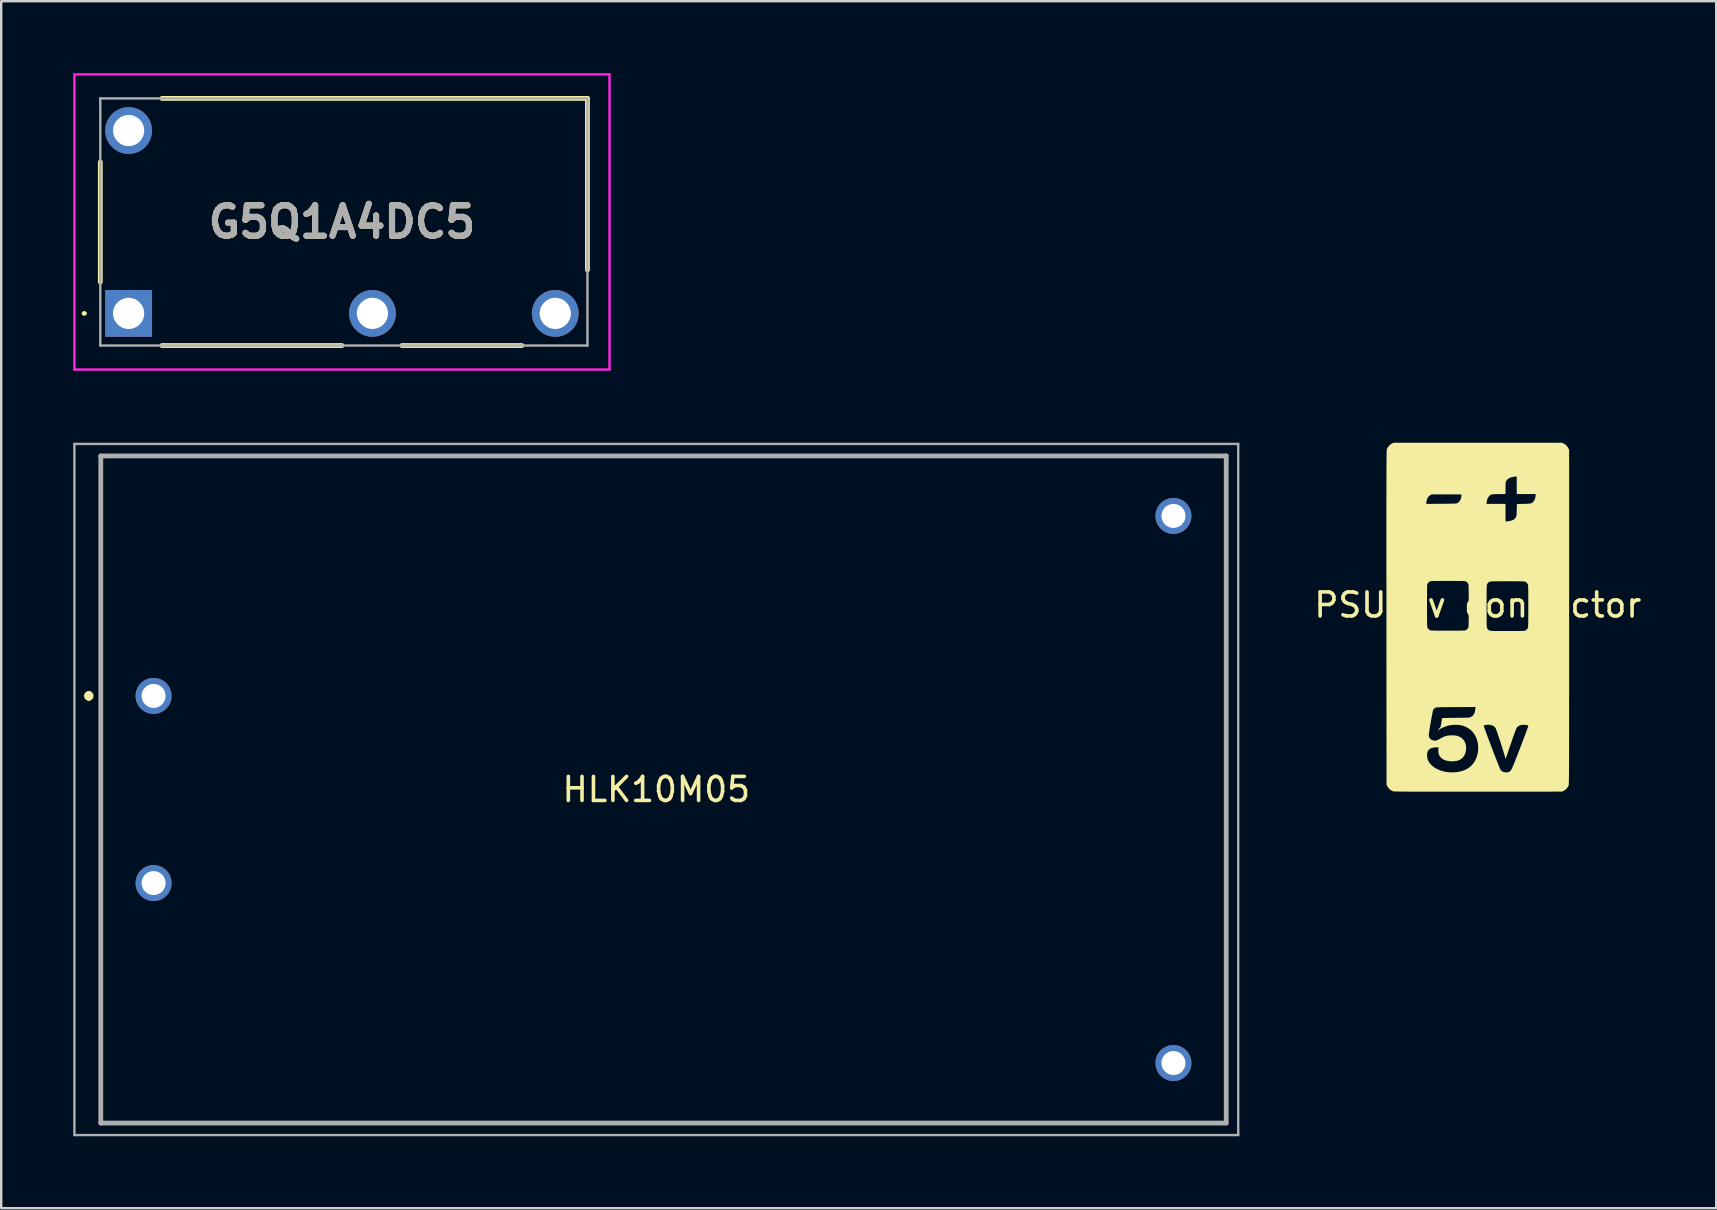
<source format=kicad_pcb>
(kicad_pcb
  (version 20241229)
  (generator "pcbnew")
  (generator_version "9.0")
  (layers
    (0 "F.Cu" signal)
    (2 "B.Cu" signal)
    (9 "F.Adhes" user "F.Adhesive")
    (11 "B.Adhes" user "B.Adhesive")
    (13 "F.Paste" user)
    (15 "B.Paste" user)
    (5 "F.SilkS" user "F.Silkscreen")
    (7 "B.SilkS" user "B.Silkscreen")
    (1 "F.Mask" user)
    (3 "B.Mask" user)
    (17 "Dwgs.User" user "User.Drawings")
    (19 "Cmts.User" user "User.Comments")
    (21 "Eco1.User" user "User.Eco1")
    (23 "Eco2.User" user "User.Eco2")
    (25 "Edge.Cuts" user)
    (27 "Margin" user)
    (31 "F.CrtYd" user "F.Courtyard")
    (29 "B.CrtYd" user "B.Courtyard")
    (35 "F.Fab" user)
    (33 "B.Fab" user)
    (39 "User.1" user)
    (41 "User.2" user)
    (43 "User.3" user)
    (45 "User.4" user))
  (footprint "G5Q1A4DC5"
    (layer "F.Cu")
    (at 2.31 10.01)
    (property "Reference" "G5Q1A4DC5" (at 8.89 -3.81 0) (layer "F.SilkS") (effects (font (size 1.27 1.27) (thickness 0.254))))
    (attr through_hole)
    (fp_line (start -1.9 0) (end -1.9 0) (stroke (width 0.1) (type solid)) (layer "F.SilkS"))
    (fp_line (start -1.8 0) (end -1.8 0) (stroke (width 0.1) (type solid)) (layer "F.SilkS"))
    (fp_line (start -1.18 -6.31) (end -1.18 -1.31) (stroke (width 0.2) (type solid)) (layer "F.SilkS"))
    (fp_line (start 1.39 1.34) (end 8.89 1.34) (stroke (width 0.2) (type solid)) (layer "F.SilkS"))
    (fp_line (start 11.39 1.34) (end 16.39 1.34) (stroke (width 0.2) (type solid)) (layer "F.SilkS"))
    (fp_line (start 19.12 -8.96) (end 1.39 -8.96) (stroke (width 0.2) (type solid)) (layer "F.SilkS"))
    (fp_line (start 19.12 -1.81) (end 19.12 -8.96) (stroke (width 0.2) (type solid)) (layer "F.SilkS"))
    (fp_arc (start -1.9 0) (mid -1.85 -0.05) (end -1.8 0) (stroke (width 0.1) (type solid)) (layer "F.SilkS"))
    (fp_arc (start -1.8 0) (mid -1.85 0.05) (end -1.9 0) (stroke (width 0.1) (type solid)) (layer "F.SilkS"))
    (fp_line (start -2.26 -9.96) (end -2.26 2.34) (stroke (width 0.1) (type solid)) (layer "F.CrtYd"))
    (fp_line (start -2.26 2.34) (end 20.04 2.34) (stroke (width 0.1) (type solid)) (layer "F.CrtYd"))
    (fp_line (start 20.04 -9.96) (end -2.26 -9.96) (stroke (width 0.1) (type solid)) (layer "F.CrtYd"))
    (fp_line (start 20.04 2.34) (end 20.04 -9.96) (stroke (width 0.1) (type solid)) (layer "F.CrtYd"))
    (fp_line (start -1.18 -8.96) (end -1.18 1.34) (stroke (width 0.1) (type solid)) (layer "F.Fab"))
    (fp_line (start -1.18 1.34) (end 19.12 1.34) (stroke (width 0.1) (type solid)) (layer "F.Fab"))
    (fp_line (start 19.12 -8.96) (end -1.18 -8.96) (stroke (width 0.1) (type solid)) (layer "F.Fab"))
    (fp_line (start 19.12 1.34) (end 19.12 -8.96) (stroke (width 0.1) (type solid)) (layer "F.Fab"))
    (fp_text user "${REFERENCE}" (at 8.89 -3.81 0) (layer "F.Fab") (effects (font (size 1.27 1.27) (thickness 0.254))))
    (pad "1" thru_hole rect (at 0 0) (size 1.95 1.95) (drill 1.3) (layers "*.Cu" "*.Mask"))
    (pad "2" thru_hole circle (at 10.16 0) (size 1.95 1.95) (drill 1.3) (layers "*.Cu" "*.Mask"))
    (pad "3" thru_hole circle (at 17.78 0) (size 1.95 1.95) (drill 1.3) (layers "*.Cu" "*.Mask"))
    (pad "5" thru_hole circle (at 0 -7.62) (size 1.95 1.95) (drill 1.3) (layers "*.Cu" "*.Mask")))
  (footprint "PSU 5v connector"
    (layer "F.Cu")
    (at 58.535 22.662)
    (property "Reference" "PSU 5v connector" (at 0 -0.5 0) (unlocked yes) (layer "F.SilkS") (effects (font (size 1 1) (thickness 0.15))))
    (attr smd)
    (fp_poly (pts (xy 3.581 -7.227) (xy 3.671 -7.167) (xy 3.742 -7.086) (xy 3.771 -7.036) (xy 3.805 -6.97) (xy 3.805 0.007) (xy 3.805 0.546) (xy 3.805 1.057) (xy 3.805 1.539) (xy 3.805 1.995) (xy 3.805 2.425) (xy 3.805 2.83) (xy 3.805 3.21) (xy 3.804 3.566) (xy 3.804 3.899) (xy 3.804 4.21) (xy 3.804 4.499) (xy 3.804 4.768) (xy 3.803 5.017) (xy 3.803 5.247) (xy 3.803 5.459) (xy 3.802 5.653) (xy 3.802 5.83) (xy 3.801 5.991) (xy 3.801 6.137) (xy 3.8 6.268) (xy 3.799 6.386) (xy 3.799 6.491) (xy 3.798 6.584) (xy 3.797 6.665) (xy 3.796 6.736) (xy 3.795 6.796) (xy 3.794 6.848) (xy 3.792 6.892) (xy 3.791 6.928) (xy 3.79 6.958) (xy 3.788 6.981) (xy 3.787 6.999) (xy 3.785 7.013) (xy 3.783 7.024) (xy 3.781 7.031) (xy 3.779 7.037) (xy 3.778 7.038) (xy 3.723 7.124) (xy 3.651 7.197) (xy 3.584 7.241) (xy 3.513 7.277) (xy 0.015 7.28) (xy -0.385 7.28) (xy -0.756 7.28) (xy -1.099 7.28) (xy -1.416 7.28) (xy -1.707 7.28) (xy -1.973 7.28) (xy -2.214 7.279) (xy -2.433 7.279) (xy -2.628 7.278) (xy -2.802 7.278) (xy -2.955 7.277) (xy -3.088 7.276) (xy -3.202 7.275) (xy -3.297 7.274) (xy -3.374 7.272) (xy -3.435 7.271) (xy -3.48 7.269) (xy -3.51 7.267) (xy -3.526 7.265) (xy -3.527 7.265) (xy -3.621 7.219) (xy -3.693 7.162) (xy -3.751 7.087) (xy -3.771 7.051) (xy -3.805 6.985) (xy -3.806 5.752) (xy -2.118 5.752) (xy -2.107 5.874) (xy -2.072 5.982) (xy -2.019 6.073) (xy -1.929 6.178) (xy -1.816 6.268) (xy -1.683 6.344) (xy -1.534 6.404) (xy -1.372 6.447) (xy -1.201 6.471) (xy -1.023 6.476) (xy -0.884 6.465) (xy -0.702 6.431) (xy -0.54 6.376) (xy -0.398 6.299) (xy -0.276 6.202) (xy -0.174 6.084) (xy -0.097 5.954) (xy -0.032 5.789) (xy 0.006 5.618) (xy 0.017 5.443) (xy 0.001 5.268) (xy -0.042 5.098) (xy -0.095 4.969) (xy -0.175 4.837) (xy -0.277 4.724) (xy -0.399 4.632) (xy -0.539 4.561) (xy -0.649 4.525) (xy 0.243 4.525) (xy 0.246 4.54) (xy 0.259 4.579) (xy 0.28 4.641) (xy 0.309 4.721) (xy 0.344 4.817) (xy 0.385 4.927) (xy 0.43 5.048) (xy 0.479 5.177) (xy 0.529 5.311) (xy 0.581 5.448) (xy 0.634 5.585) (xy 0.685 5.718) (xy 0.734 5.846) (xy 0.781 5.966) (xy 0.824 6.075) (xy 0.861 6.17) (xy 0.893 6.248) (xy 0.917 6.307) (xy 0.934 6.344) (xy 0.938 6.351) (xy 0.987 6.412) (xy 1.055 6.454) (xy 1.135 6.475) (xy 1.222 6.474) (xy 1.261 6.466) (xy 1.285 6.459) (xy 1.307 6.451) (xy 1.327 6.441) (xy 1.346 6.426) (xy 1.365 6.405) (xy 1.386 6.375) (xy 1.408 6.335) (xy 1.434 6.283) (xy 1.464 6.217) (xy 1.498 6.134) (xy 1.539 6.034) (xy 1.586 5.914) (xy 1.641 5.772) (xy 1.706 5.606) (xy 1.767 5.446) (xy 1.827 5.291) (xy 1.883 5.144) (xy 1.935 5.007) (xy 1.981 4.883) (xy 2.022 4.773) (xy 2.055 4.68) (xy 2.081 4.607) (xy 2.099 4.556) (xy 2.107 4.528) (xy 2.107 4.523) (xy 2.088 4.516) (xy 2.048 4.506) (xy 1.999 4.497) (xy 1.888 4.49) (xy 1.787 4.504) (xy 1.702 4.538) (xy 1.636 4.593) (xy 1.633 4.596) (xy 1.622 4.613) (xy 1.607 4.643) (xy 1.588 4.687) (xy 1.565 4.747) (xy 1.536 4.824) (xy 1.501 4.92) (xy 1.46 5.036) (xy 1.412 5.175) (xy 1.356 5.337) (xy 1.293 5.524) (xy 1.244 5.668) (xy 1.217 5.746) (xy 1.192 5.815) (xy 1.171 5.868) (xy 1.156 5.902) (xy 1.149 5.912) (xy 1.142 5.901) (xy 1.145 5.888) (xy 1.143 5.87) (xy 1.132 5.828) (xy 1.114 5.764) (xy 1.09 5.684) (xy 1.061 5.59) (xy 1.028 5.485) (xy 0.992 5.373) (xy 0.955 5.257) (xy 0.918 5.142) (xy 0.881 5.029) (xy 0.845 4.924) (xy 0.813 4.828) (xy 0.784 4.746) (xy 0.761 4.681) (xy 0.744 4.637) (xy 0.734 4.617) (xy 0.682 4.563) (xy 0.609 4.522) (xy 0.521 4.497) (xy 0.423 4.49) (xy 0.356 4.496) (xy 0.304 4.506) (xy 0.263 4.516) (xy 0.243 4.525) (xy 0.243 4.525) (xy -0.649 4.525) (xy -0.653 4.524) (xy -0.778 4.5) (xy -0.917 4.491) (xy -1.058 4.496) (xy -1.189 4.515) (xy -1.226 4.524) (xy -1.315 4.551) (xy -1.408 4.586) (xy -1.496 4.625) (xy -1.571 4.663) (xy -1.608 4.687) (xy -1.643 4.708) (xy -1.659 4.71) (xy -1.656 4.695) (xy -1.634 4.667) (xy -1.611 4.645) (xy -1.586 4.622) (xy -1.568 4.601) (xy -1.555 4.577) (xy -1.545 4.543) (xy -1.535 4.493) (xy -1.523 4.422) (xy -1.52 4.406) (xy -1.509 4.336) (xy -1.499 4.277) (xy -1.493 4.235) (xy -1.49 4.214) (xy -1.49 4.214) (xy -1.476 4.212) (xy -1.436 4.21) (xy -1.372 4.208) (xy -1.289 4.206) (xy -1.19 4.204) (xy -1.076 4.203) (xy -0.953 4.201) (xy -0.917 4.201) (xy -0.772 4.2) (xy -0.654 4.199) (xy -0.558 4.198) (xy -0.483 4.196) (xy -0.426 4.194) (xy -0.382 4.191) (xy -0.35 4.187) (xy -0.327 4.183) (xy -0.308 4.177) (xy -0.292 4.169) (xy -0.283 4.164) (xy -0.21 4.113) (xy -0.158 4.044) (xy -0.124 3.955) (xy -0.106 3.85) (xy -0.098 3.75) (xy -0.914 3.755) (xy -1.09 3.756) (xy -1.238 3.757) (xy -1.362 3.758) (xy -1.464 3.759) (xy -1.546 3.76) (xy -1.612 3.762) (xy -1.662 3.764) (xy -1.7 3.767) (xy -1.728 3.77) (xy -1.748 3.774) (xy -1.763 3.779) (xy -1.775 3.785) (xy -1.781 3.789) (xy -1.822 3.82) (xy -1.855 3.858) (xy -1.858 3.863) (xy -1.866 3.886) (xy -1.877 3.935) (xy -1.892 4.003) (xy -1.909 4.089) (xy -1.927 4.187) (xy -1.946 4.293) (xy -1.965 4.403) (xy -1.984 4.513) (xy -2.002 4.62) (xy -2.017 4.718) (xy -2.03 4.804) (xy -2.039 4.873) (xy -2.044 4.922) (xy -2.045 4.939) (xy -2.031 5.006) (xy -1.993 5.065) (xy -1.936 5.112) (xy -1.865 5.142) (xy -1.815 5.15) (xy -1.781 5.151) (xy -1.751 5.15) (xy -1.721 5.143) (xy -1.685 5.129) (xy -1.639 5.107) (xy -1.578 5.074) (xy -1.496 5.028) (xy -1.489 5.024) (xy -1.428 4.995) (xy -1.357 4.968) (xy -1.314 4.955) (xy -1.225 4.939) (xy -1.123 4.931) (xy -1.017 4.932) (xy -0.92 4.941) (xy -0.854 4.955) (xy -0.74 5.001) (xy -0.646 5.067) (xy -0.572 5.153) (xy -0.521 5.254) (xy -0.492 5.37) (xy -0.489 5.499) (xy -0.497 5.569) (xy -0.528 5.694) (xy -0.578 5.797) (xy -0.649 5.881) (xy -0.741 5.945) (xy -0.778 5.964) (xy -0.879 5.996) (xy -0.997 6.013) (xy -1.121 6.014) (xy -1.244 6) (xy -1.358 5.971) (xy -1.439 5.936) (xy -1.529 5.872) (xy -1.594 5.792) (xy -1.633 5.698) (xy -1.648 5.589) (xy -1.644 5.515) (xy -1.634 5.43) (xy -1.713 5.43) (xy -1.838 5.439) (xy -1.938 5.463) (xy -2.016 5.506) (xy -2.071 5.566) (xy -2.105 5.644) (xy -2.117 5.741) (xy -2.118 5.752) (xy -3.806 5.752) (xy -3.809 0.029) (xy -3.809 -0.467) (xy -2.118 -0.467) (xy -2.118 -0.284) (xy -2.118 -0.129) (xy -2.117 0.003) (xy -2.117 0.111) (xy -2.116 0.2) (xy -2.115 0.271) (xy -2.113 0.327) (xy -2.111 0.369) (xy -2.108 0.401) (xy -2.104 0.424) (xy -2.1 0.44) (xy -2.095 0.453) (xy -2.089 0.463) (xy -2.089 0.464) (xy -2.055 0.505) (xy -2.014 0.539) (xy -2.012 0.54) (xy -2 0.547) (xy -1.987 0.552) (xy -1.968 0.557) (xy -1.943 0.561) (xy -1.909 0.563) (xy -1.862 0.566) (xy -1.801 0.567) (xy -1.722 0.568) (xy -1.623 0.569) (xy -1.502 0.569) (xy -1.356 0.569) (xy -1.249 0.569) (xy -1.086 0.569) (xy -0.949 0.569) (xy -0.836 0.569) (xy -0.745 0.568) (xy -0.673 0.567) (xy -0.617 0.565) (xy -0.575 0.562) (xy -0.544 0.559) (xy -0.522 0.555) (xy -0.506 0.55) (xy -0.493 0.545) (xy -0.486 0.54) (xy -0.444 0.507) (xy -0.41 0.465) (xy -0.409 0.464) (xy -0.403 0.453) (xy -0.398 0.441) (xy -0.393 0.424) (xy -0.39 0.402) (xy -0.387 0.37) (xy -0.385 0.328) (xy -0.383 0.273) (xy -0.382 0.203) (xy -0.381 0.115) (xy -0.38 0.007) (xy -0.38 -0.124) (xy -0.38 -0.279) (xy -0.38 -0.453) (xy 0.365 -0.453) (xy 0.365 -0.27) (xy 0.365 -0.114) (xy 0.366 0.017) (xy 0.366 0.126) (xy 0.367 0.215) (xy 0.368 0.286) (xy 0.37 0.341) (xy 0.372 0.384) (xy 0.375 0.415) (xy 0.379 0.438) (xy 0.383 0.455) (xy 0.388 0.467) (xy 0.394 0.478) (xy 0.394 0.478) (xy 0.428 0.519) (xy 0.469 0.554) (xy 0.471 0.555) (xy 0.483 0.561) (xy 0.496 0.567) (xy 0.515 0.571) (xy 0.54 0.575) (xy 0.574 0.578) (xy 0.621 0.58) (xy 0.683 0.582) (xy 0.761 0.583) (xy 0.86 0.583) (xy 0.981 0.584) (xy 1.127 0.584) (xy 1.234 0.584) (xy 1.398 0.584) (xy 1.534 0.584) (xy 1.647 0.583) (xy 1.738 0.582) (xy 1.81 0.581) (xy 1.866 0.579) (xy 1.908 0.577) (xy 1.939 0.574) (xy 1.961 0.57) (xy 1.977 0.565) (xy 1.99 0.559) (xy 1.998 0.555) (xy 2.039 0.521) (xy 2.073 0.48) (xy 2.074 0.478) (xy 2.08 0.468) (xy 2.085 0.455) (xy 2.09 0.439) (xy 2.093 0.416) (xy 2.096 0.385) (xy 2.098 0.343) (xy 2.1 0.288) (xy 2.101 0.217) (xy 2.102 0.129) (xy 2.103 0.021) (xy 2.103 -0.109) (xy 2.103 -0.264) (xy 2.103 -0.446) (xy 2.103 -0.453) (xy 2.103 -0.635) (xy 2.103 -0.791) (xy 2.103 -0.922) (xy 2.102 -1.031) (xy 2.101 -1.12) (xy 2.1 -1.191) (xy 2.098 -1.247) (xy 2.096 -1.289) (xy 2.093 -1.32) (xy 2.09 -1.343) (xy 2.085 -1.36) (xy 2.08 -1.372) (xy 2.074 -1.383) (xy 2.074 -1.383) (xy 2.041 -1.425) (xy 1.999 -1.459) (xy 1.998 -1.46) (xy 1.986 -1.466) (xy 1.972 -1.472) (xy 1.954 -1.477) (xy 1.929 -1.48) (xy 1.894 -1.483) (xy 1.847 -1.485) (xy 1.786 -1.487) (xy 1.707 -1.488) (xy 1.609 -1.488) (xy 1.488 -1.489) (xy 1.342 -1.489) (xy 1.234 -1.489) (xy 1.071 -1.489) (xy 0.934 -1.489) (xy 0.822 -1.488) (xy 0.731 -1.487) (xy 0.658 -1.486) (xy 0.603 -1.484) (xy 0.56 -1.482) (xy 0.53 -1.479) (xy 0.507 -1.475) (xy 0.491 -1.47) (xy 0.478 -1.464) (xy 0.471 -1.46) (xy 0.43 -1.426) (xy 0.395 -1.385) (xy 0.394 -1.383) (xy 0.388 -1.373) (xy 0.383 -1.36) (xy 0.379 -1.344) (xy 0.375 -1.321) (xy 0.372 -1.29) (xy 0.37 -1.248) (xy 0.368 -1.193) (xy 0.367 -1.123) (xy 0.366 -1.034) (xy 0.366 -0.926) (xy 0.365 -0.796) (xy 0.365 -0.641) (xy 0.365 -0.459) (xy 0.365 -0.453) (xy -0.38 -0.453) (xy -0.38 -0.461) (xy -0.38 -0.467) (xy -0.38 -0.65) (xy -0.38 -0.806) (xy -0.38 -0.937) (xy -0.381 -1.046) (xy -0.382 -1.135) (xy -0.383 -1.206) (xy -0.385 -1.261) (xy -0.387 -1.304) (xy -0.39 -1.335) (xy -0.393 -1.358) (xy -0.398 -1.374) (xy -0.403 -1.387) (xy -0.409 -1.398) (xy -0.409 -1.398) (xy -0.443 -1.439) (xy -0.484 -1.473) (xy -0.486 -1.474) (xy -0.497 -1.481) (xy -0.511 -1.487) (xy -0.529 -1.491) (xy -0.554 -1.495) (xy -0.589 -1.498) (xy -0.636 -1.5) (xy -0.697 -1.501) (xy -0.776 -1.502) (xy -0.874 -1.503) (xy -0.995 -1.503) (xy -1.142 -1.503) (xy -1.249 -1.503) (xy -1.412 -1.503) (xy -1.549 -1.503) (xy -1.661 -1.503) (xy -1.752 -1.502) (xy -1.825 -1.501) (xy -1.88 -1.499) (xy -1.923 -1.497) (xy -1.953 -1.494) (xy -1.976 -1.49) (xy -1.992 -1.485) (xy -2.005 -1.479) (xy -2.012 -1.474) (xy -2.053 -1.441) (xy -2.088 -1.399) (xy -2.089 -1.398) (xy -2.095 -1.387) (xy -2.1 -1.375) (xy -2.104 -1.358) (xy -2.108 -1.336) (xy -2.111 -1.305) (xy -2.113 -1.263) (xy -2.115 -1.208) (xy -2.116 -1.137) (xy -2.117 -1.049) (xy -2.117 -0.941) (xy -2.118 -0.81) (xy -2.118 -0.655) (xy -2.118 -0.474) (xy -2.118 -0.467) (xy -3.809 -0.467) (xy -3.809 -0.512) (xy -3.809 -1.024) (xy -3.809 -1.51) (xy -3.81 -1.968) (xy -3.81 -2.4) (xy -3.81 -2.806) (xy -3.81 -3.189) (xy -3.81 -3.547) (xy -3.81 -3.882) (xy -3.81 -4.195) (xy -3.81 -4.486) (xy -3.81 -4.714) (xy -2.151 -4.714) (xy -1.942 -4.715) (xy 0.361 -4.715) (xy 1.154 -4.715) (xy 1.154 -3.985) (xy 1.217 -3.985) (xy 1.267 -3.989) (xy 1.328 -3.999) (xy 1.366 -4.008) (xy 1.457 -4.039) (xy 1.525 -4.083) (xy 1.578 -4.143) (xy 1.579 -4.143) (xy 1.592 -4.164) (xy 1.601 -4.185) (xy 1.608 -4.212) (xy 1.613 -4.25) (xy 1.616 -4.304) (xy 1.619 -4.378) (xy 1.621 -4.451) (xy 1.629 -4.708) (xy 1.913 -4.715) (xy 2.017 -4.718) (xy 2.095 -4.722) (xy 2.153 -4.726) (xy 2.195 -4.732) (xy 2.224 -4.739) (xy 2.244 -4.748) (xy 2.312 -4.801) (xy 2.362 -4.877) (xy 2.395 -4.973) (xy 2.405 -5.039) (xy 2.414 -5.124) (xy 1.621 -5.124) (xy 1.621 -5.857) (xy 1.523 -5.847) (xy 1.407 -5.825) (xy 1.31 -5.788) (xy 1.235 -5.738) (xy 1.183 -5.674) (xy 1.169 -5.645) (xy 1.164 -5.616) (xy 1.159 -5.564) (xy 1.156 -5.495) (xy 1.154 -5.413) (xy 1.154 -5.365) (xy 1.154 -5.125) (xy 0.864 -5.121) (xy 0.765 -5.119) (xy 0.691 -5.118) (xy 0.637 -5.115) (xy 0.598 -5.111) (xy 0.57 -5.105) (xy 0.549 -5.097) (xy 0.529 -5.086) (xy 0.515 -5.077) (xy 0.459 -5.024) (xy 0.413 -4.95) (xy 0.382 -4.861) (xy 0.371 -4.799) (xy 0.361 -4.715) (xy -1.942 -4.715) (xy -1.525 -4.718) (xy -1.372 -4.719) (xy -1.245 -4.72) (xy -1.142 -4.722) (xy -1.059 -4.723) (xy -0.995 -4.726) (xy -0.947 -4.728) (xy -0.911 -4.732) (xy -0.886 -4.736) (xy -0.867 -4.741) (xy -0.853 -4.747) (xy -0.851 -4.748) (xy -0.779 -4.804) (xy -0.726 -4.879) (xy -0.694 -4.969) (xy -0.686 -5.046) (xy -0.686 -5.109) (xy -1.923 -5.109) (xy -1.988 -5.075) (xy -2.046 -5.029) (xy -2.094 -4.96) (xy -2.128 -4.875) (xy -2.143 -4.798) (xy -2.151 -4.714) (xy -3.81 -4.714) (xy -3.81 -4.756) (xy -3.809 -5.007) (xy -3.809 -5.238) (xy -3.809 -5.451) (xy -3.808 -5.646) (xy -3.808 -5.824) (xy -3.807 -5.986) (xy -3.807 -6.132) (xy -3.806 -6.264) (xy -3.806 -6.382) (xy -3.805 -6.486) (xy -3.804 -6.579) (xy -3.803 -6.659) (xy -3.802 -6.729) (xy -3.801 -6.789) (xy -3.8 -6.839) (xy -3.799 -6.881) (xy -3.797 -6.915) (xy -3.796 -6.942) (xy -3.794 -6.963) (xy -3.793 -6.978) (xy -3.791 -6.989) (xy -3.79 -6.995) (xy -3.751 -7.073) (xy -3.691 -7.146) (xy -3.618 -7.206) (xy -3.584 -7.226) (xy -3.513 -7.262) (xy 3.513 -7.262)) (stroke (width 0) (type solid)) (fill yes) (layer "F.SilkS")))
  (footprint "HLK10M05"
    (layer "F.Cu")
    (at 3.35 25.95)
    (property "Reference" "HLK10M05" (at 20.95 3.9 0) (layer "F.SilkS") (effects (font (size 1 1) (thickness 0.15))))
    (attr through_hole)
    (fp_line (start -2.7 -0.1) (end -2.7 -0.1) (stroke (width 0.2) (type solid)) (layer "F.SilkS"))
    (fp_line (start -2.7 0.1) (end -2.7 0.1) (stroke (width 0.2) (type solid)) (layer "F.SilkS"))
    (fp_line (start -2.2 -10) (end 44.7 -10) (stroke (width 0.1) (type solid)) (layer "F.SilkS"))
    (fp_line (start -2.2 17.8) (end -2.2 -10) (stroke (width 0.1) (type solid)) (layer "F.SilkS"))
    (fp_line (start 44.7 -10) (end 44.7 17.8) (stroke (width 0.1) (type solid)) (layer "F.SilkS"))
    (fp_line (start 44.7 17.8) (end -2.2 17.8) (stroke (width 0.1) (type solid)) (layer "F.SilkS"))
    (fp_arc (start -2.7 -0.1) (mid -2.6 0) (end -2.7 0.1) (stroke (width 0.2) (type solid)) (layer "F.SilkS"))
    (fp_arc (start -2.7 0.1) (mid -2.8 0) (end -2.7 -0.1) (stroke (width 0.2) (type solid)) (layer "F.SilkS"))
    (fp_line (start -3.3 -10.5) (end 45.2 -10.5) (stroke (width 0.1) (type solid)) (layer "F.Fab"))
    (fp_line (start -3.3 18.3) (end -3.3 -10.5) (stroke (width 0.1) (type solid)) (layer "F.Fab"))
    (fp_line (start -2.2 -10) (end 44.7 -10) (stroke (width 0.2) (type solid)) (layer "F.Fab"))
    (fp_line (start -2.2 17.8) (end -2.2 -10) (stroke (width 0.2) (type solid)) (layer "F.Fab"))
    (fp_line (start 44.7 -10) (end 44.7 17.8) (stroke (width 0.2) (type solid)) (layer "F.Fab"))
    (fp_line (start 44.7 17.8) (end -2.2 17.8) (stroke (width 0.2) (type solid)) (layer "F.Fab"))
    (fp_line (start 45.2 -10.5) (end 45.2 18.3) (stroke (width 0.1) (type solid)) (layer "F.Fab"))
    (fp_line (start 45.2 18.3) (end -3.3 18.3) (stroke (width 0.1) (type solid)) (layer "F.Fab"))
    (pad "1" thru_hole circle (at 0 0) (size 1.5 1.5) (drill 1) (layers "*.Cu" "*.Mask"))
    (pad "2" thru_hole circle (at 0 7.8) (size 1.5 1.5) (drill 1) (layers "*.Cu" "*.Mask"))
    (pad "3" thru_hole circle (at 42.5 -7.5) (size 1.5 1.5) (drill 1) (layers "*.Cu" "*.Mask"))
    (pad "4" thru_hole circle (at 42.5 15.3) (size 1.5 1.5) (drill 1) (layers "*.Cu" "*.Mask")))
  (gr_rect
    (start -3 -3)
    (end 68.469 47.3)
    (stroke (width 0.1) (type default))
    (fill no)
    (layer "Edge.Cuts")))
</source>
